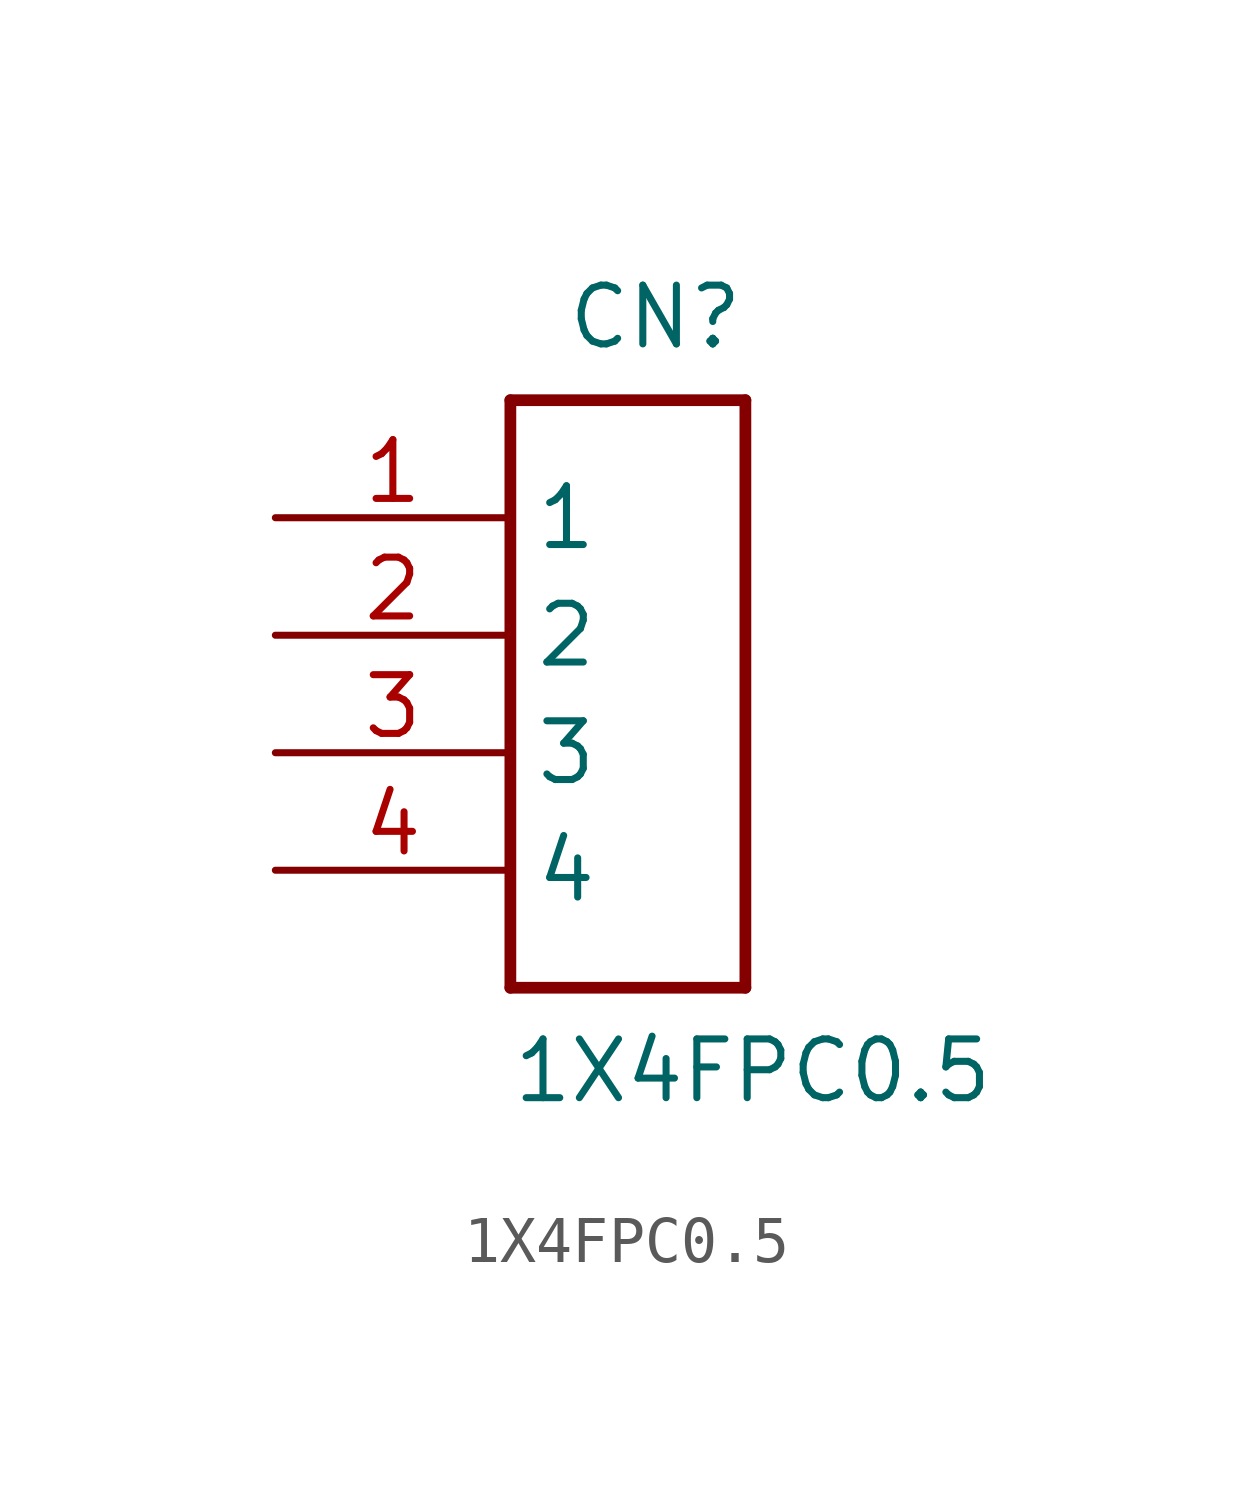
<source format=kicad_sym>
(kicad_symbol_lib
  (version 20211014)
  (generator kicad_symbol_editor)
  (symbol "1X4FPC0.5"
    (property "Reference" "CN"
      (at 5.08 7.62 0)
      (effects (font (size 1.27 1.27)) (justify right top)))
    (property "Value" "1X4FPC0.5"
      (at 0 -10.16 0)
      (effects (font (size 1.27 1.27)) (justify left bottom)))
    (property "ki_locked" ""
      (at 0 0 0)
      (effects (font (size 1.27 1.27))))
    (symbol "1X4FPC0.5_1_0"
      (polyline (pts (xy 0 -7.62) (xy 0 5.08)) (stroke (width 0.254) (type default) (color 0 0 0 0)) (fill (type none)))
      (polyline (pts (xy 0 5.08) (xy 5.08 5.08)) (stroke (width 0.254) (type default) (color 0 0 0 0)) (fill (type none)))
      (polyline (pts (xy 5.08 -7.62) (xy 0 -7.62)) (stroke (width 0.254) (type default) (color 0 0 0 0)) (fill (type none)))
      (polyline (pts (xy 5.08 5.08) (xy 5.08 -7.62)) (stroke (width 0.254) (type default) (color 0 0 0 0)) (fill (type none)))
      (pin bidirectional line (at -5.08 2.54 0) (length 5.08) (name "1" (effects (font (size 1.27 1.27)))) (number "1" (effects (font (size 1.27 1.27)))))
      (pin bidirectional line (at -5.08 0 0) (length 5.08) (name "2" (effects (font (size 1.27 1.27)))) (number "2" (effects (font (size 1.27 1.27)))))
      (pin bidirectional line (at -5.08 -2.54 0) (length 5.08) (name "3" (effects (font (size 1.27 1.27)))) (number "3" (effects (font (size 1.27 1.27)))))
      (pin bidirectional line (at -5.08 -5.08 0) (length 5.08) (name "4" (effects (font (size 1.27 1.27)))) (number "4" (effects (font (size 1.27 1.27))))))))
</source>
